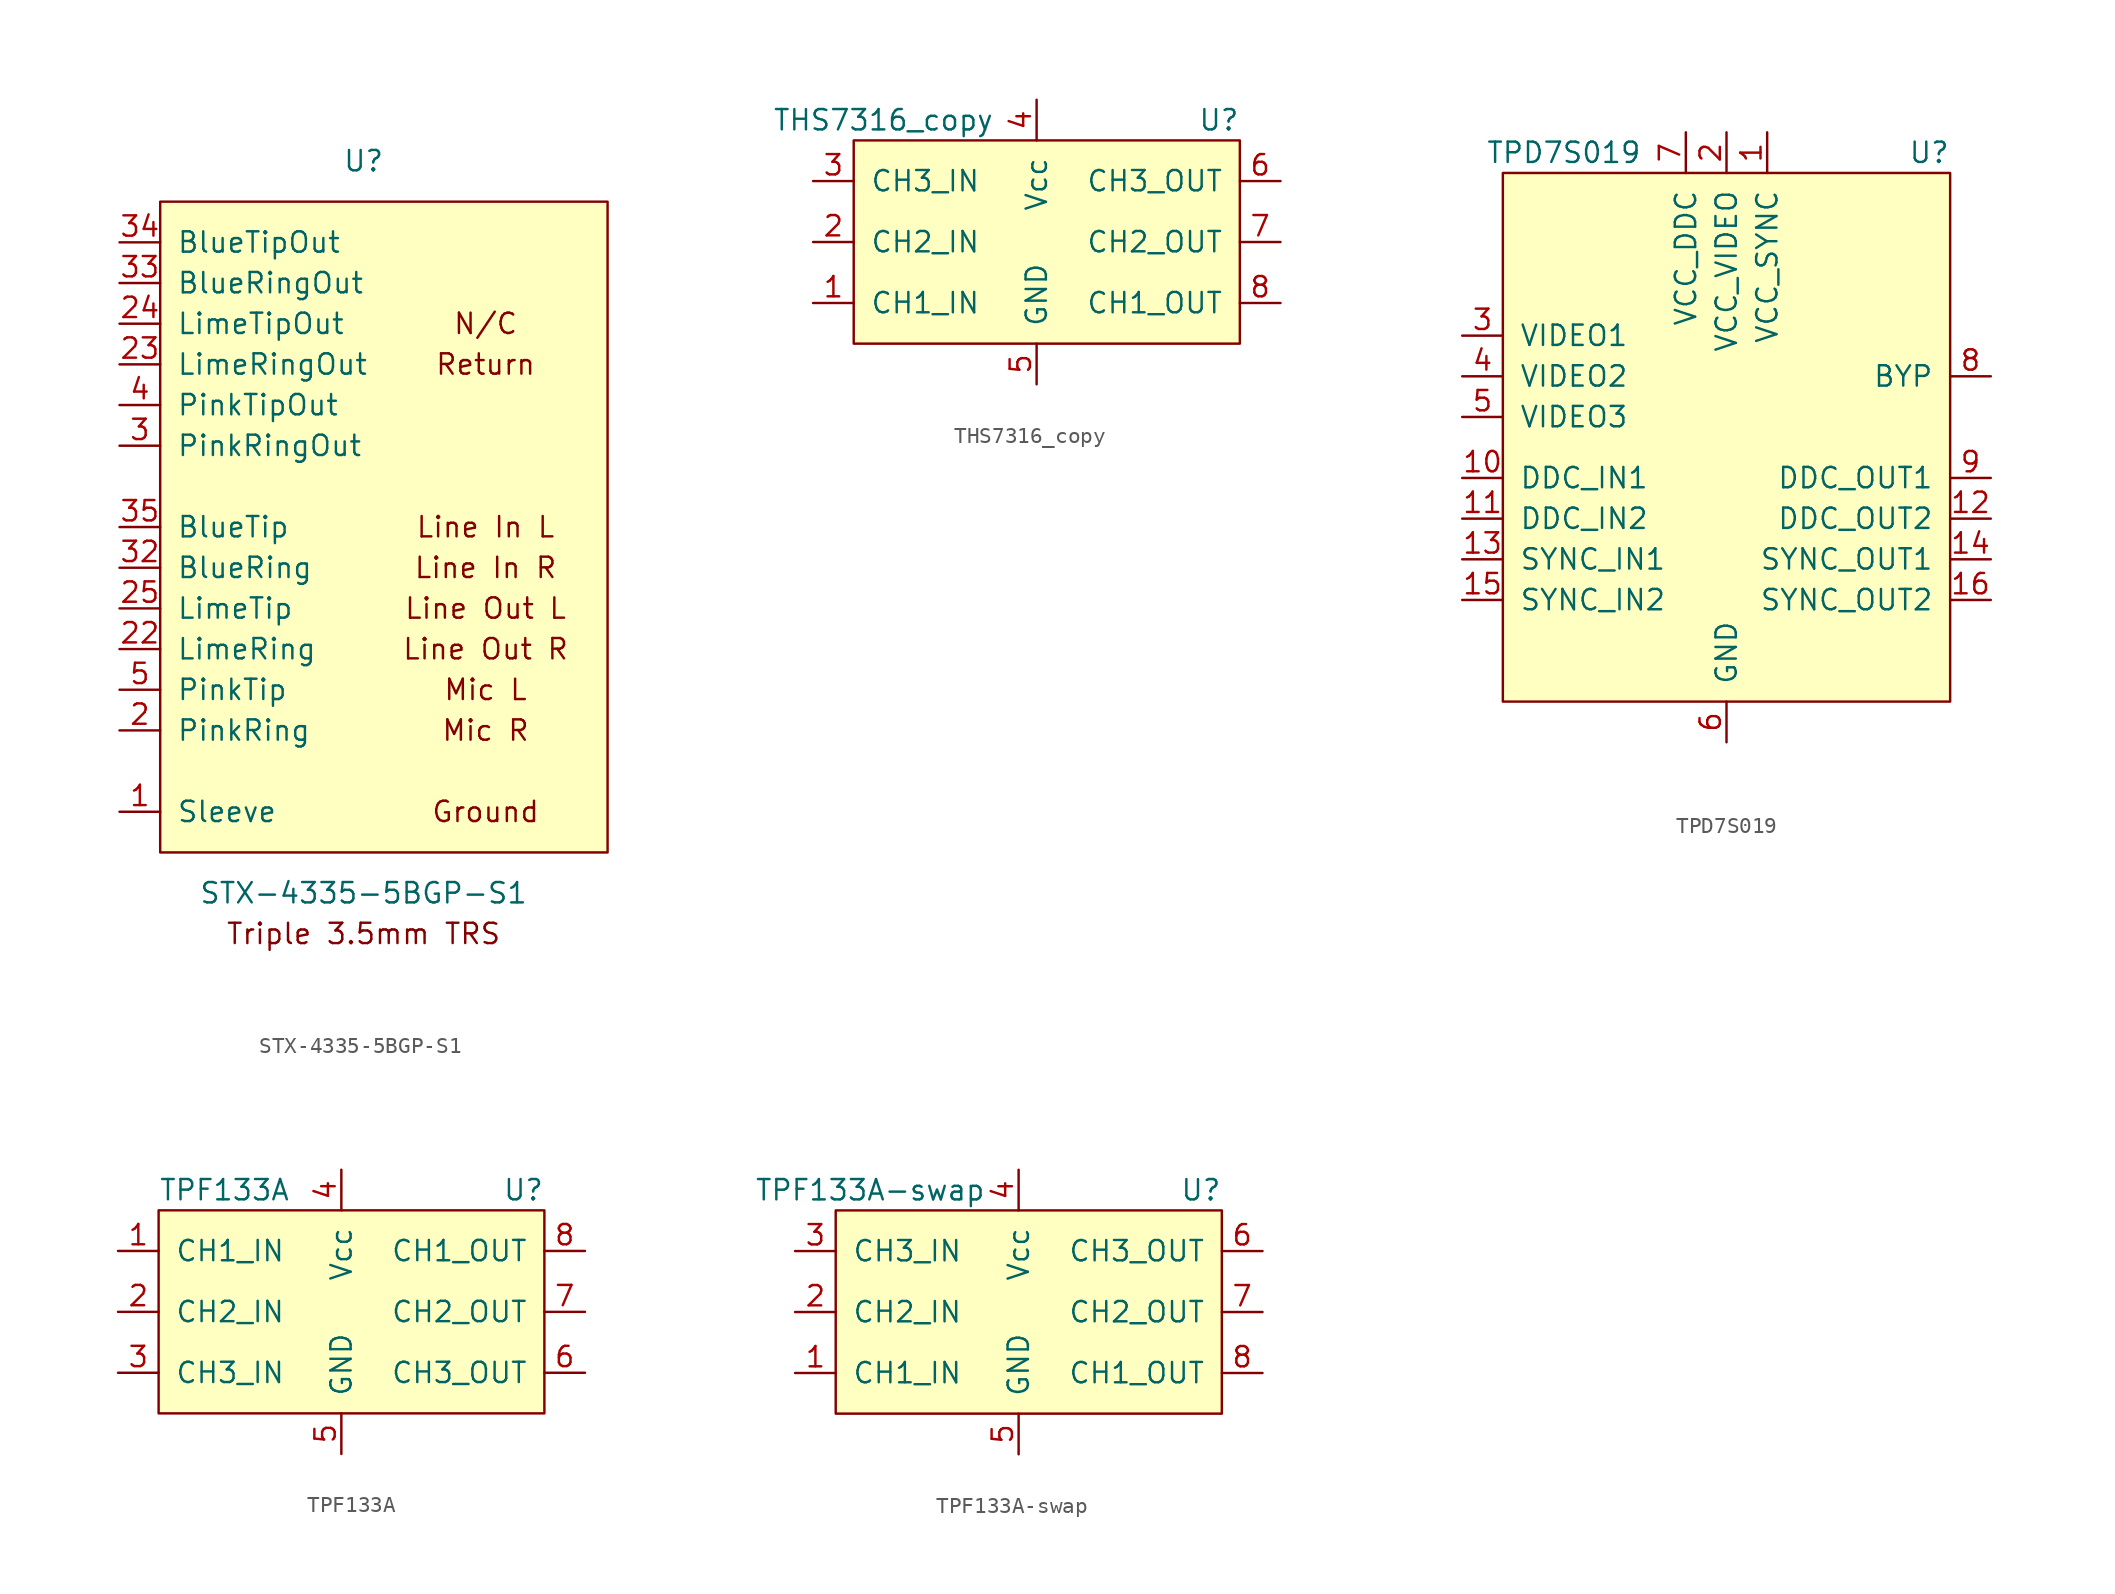
<source format=kicad_sym>
(kicad_symbol_lib
  (version 20211014)
  (generator kicad_symbol_editor)
  (symbol "STX-4335-5BGP-S1"
    (pin_names
      (offset 1.016))
    (property "Reference" "U"
      (at 0 17.78 0)
      (effects (font (size 1.27 1.27))))
    (property "Value" "STX-4335-5BGP-S1"
      (at 0 -27.94 0)
      (effects (font (size 1.27 1.27))))
    (symbol "STX-4335-5BGP-S1_0_0"
      (text "Ground" (at 7.62 -22.86 0) (effects (font (size 1.27 1.27))))
      (text "Line In L" (at 7.62 -5.08 0) (effects (font (size 1.27 1.27))))
      (text "Line In R" (at 7.62 -7.62 0) (effects (font (size 1.27 1.27))))
      (text "Line Out L" (at 7.62 -10.16 0) (effects (font (size 1.27 1.27))))
      (text "Line Out R" (at 7.62 -12.7 0) (effects (font (size 1.27 1.27))))
      (text "Mic L" (at 7.62 -15.24 0) (effects (font (size 1.27 1.27))))
      (text "Mic R" (at 7.62 -17.78 0) (effects (font (size 1.27 1.27))))
      (text "N/C" (at 7.62 7.62 0) (effects (font (size 1.27 1.27))))
      (text "Return" (at 7.62 5.08 0) (effects (font (size 1.27 1.27))))
      (text "Triple 3.5mm TRS" (at 0 -30.48 0) (effects (font (size 1.27 1.27))))
      (pin input line (at -15.24 -22.86 0) (length 2.54) (name "Sleeve" (effects (font (size 1.27 1.27)))) (number "1" (effects (font (size 1.27 1.27)))))
      (pin input line (at -15.24 -17.78 0) (length 2.54) (name "PinkRing" (effects (font (size 1.27 1.27)))) (number "2" (effects (font (size 1.27 1.27)))))
      (pin input line (at -15.24 -12.7 0) (length 2.54) (name "LimeRing" (effects (font (size 1.27 1.27)))) (number "22" (effects (font (size 1.27 1.27)))))
      (pin output line (at -15.24 5.08 0) (length 2.54) (name "LimeRingOut" (effects (font (size 1.27 1.27)))) (number "23" (effects (font (size 1.27 1.27)))))
      (pin output line (at -15.24 7.62 0) (length 2.54) (name "LimeTipOut" (effects (font (size 1.27 1.27)))) (number "24" (effects (font (size 1.27 1.27)))))
      (pin input line (at -15.24 -10.16 0) (length 2.54) (name "LimeTip" (effects (font (size 1.27 1.27)))) (number "25" (effects (font (size 1.27 1.27)))))
      (pin output line (at -15.24 0 0) (length 2.54) (name "PinkRingOut" (effects (font (size 1.27 1.27)))) (number "3" (effects (font (size 1.27 1.27)))))
      (pin input line (at -15.24 -7.62 0) (length 2.54) (name "BlueRing" (effects (font (size 1.27 1.27)))) (number "32" (effects (font (size 1.27 1.27)))))
      (pin output line (at -15.24 10.16 0) (length 2.54) (name "BlueRingOut" (effects (font (size 1.27 1.27)))) (number "33" (effects (font (size 1.27 1.27)))))
      (pin output line (at -15.24 12.7 0) (length 2.54) (name "BlueTipOut" (effects (font (size 1.27 1.27)))) (number "34" (effects (font (size 1.27 1.27)))))
      (pin input line (at -15.24 -5.08 0) (length 2.54) (name "BlueTip" (effects (font (size 1.27 1.27)))) (number "35" (effects (font (size 1.27 1.27)))))
      (pin output line (at -15.24 2.54 0) (length 2.54) (name "PinkTipOut" (effects (font (size 1.27 1.27)))) (number "4" (effects (font (size 1.27 1.27)))))
      (pin input line (at -15.24 -15.24 0) (length 2.54) (name "PinkTip" (effects (font (size 1.27 1.27)))) (number "5" (effects (font (size 1.27 1.27))))))
    (symbol "STX-4335-5BGP-S1_0_1"
      (rectangle (start -12.7 15.24) (end 15.24 -25.4) (stroke (width 0) (type default) (color 0 0 0 0)) (fill (type background)))))
  (symbol "THS7316_copy"
    (pin_names
      (offset 1.016))
    (property "Reference" "U"
      (at 8.89 7.62 0)
      (effects (font (size 1.27 1.27)) (justify right)))
    (property "Value" "THS7316_copy"
      (at -20.32 7.62 0)
      (effects (font (size 1.27 1.27)) (justify left)))
    (symbol "THS7316_copy_0_0"
      (pin input line (at -17.78 -3.81 0) (length 2.54) (name "CH1_IN" (effects (font (size 1.27 1.27)))) (number "1" (effects (font (size 1.27 1.27)))))
      (pin input line (at -17.78 0 0) (length 2.54) (name "CH2_IN" (effects (font (size 1.27 1.27)))) (number "2" (effects (font (size 1.27 1.27)))))
      (pin input line (at -17.78 3.81 0) (length 2.54) (name "CH3_IN" (effects (font (size 1.27 1.27)))) (number "3" (effects (font (size 1.27 1.27)))))
      (pin power_in line (at -3.81 8.89 270) (length 2.54) (name "Vcc" (effects (font (size 1.27 1.27)))) (number "4" (effects (font (size 1.27 1.27)))))
      (pin power_in line (at -3.81 -8.89 90) (length 2.54) (name "GND" (effects (font (size 1.27 1.27)))) (number "5" (effects (font (size 1.27 1.27)))))
      (pin output line (at 11.43 3.81 180) (length 2.54) (name "CH3_OUT" (effects (font (size 1.27 1.27)))) (number "6" (effects (font (size 1.27 1.27)))))
      (pin output line (at 11.43 0 180) (length 2.54) (name "CH2_OUT" (effects (font (size 1.27 1.27)))) (number "7" (effects (font (size 1.27 1.27)))))
      (pin output line (at 11.43 -3.81 180) (length 2.54) (name "CH1_OUT" (effects (font (size 1.27 1.27)))) (number "8" (effects (font (size 1.27 1.27))))))
    (symbol "THS7316_copy_0_1"
      (rectangle (start 8.89 -6.35) (end -15.24 6.35) (stroke (width 0) (type default) (color 0 0 0 0)) (fill (type background)))))
  (symbol "TPD7S019"
    (pin_names
      (offset 1.016))
    (property "Reference" "U"
      (at 13.97 16.51 0)
      (effects (font (size 1.27 1.27)) (justify right)))
    (property "Value" "TPD7S019"
      (at -10.16 16.51 0)
      (effects (font (size 1.27 1.27))))
    (symbol "TPD7S019_0_0"
      (pin power_in line (at 2.54 17.78 270) (length 2.54) (name "VCC_SYNC" (effects (font (size 1.27 1.27)))) (number "1" (effects (font (size 1.27 1.27)))))
      (pin bidirectional line (at -16.51 -3.81 0) (length 2.54) (name "DDC_IN1" (effects (font (size 1.27 1.27)))) (number "10" (effects (font (size 1.27 1.27)))))
      (pin bidirectional line (at -16.51 -6.35 0) (length 2.54) (name "DDC_IN2" (effects (font (size 1.27 1.27)))) (number "11" (effects (font (size 1.27 1.27)))))
      (pin bidirectional line (at 16.51 -6.35 180) (length 2.54) (name "DDC_OUT2" (effects (font (size 1.27 1.27)))) (number "12" (effects (font (size 1.27 1.27)))))
      (pin input line (at -16.51 -8.89 0) (length 2.54) (name "SYNC_IN1" (effects (font (size 1.27 1.27)))) (number "13" (effects (font (size 1.27 1.27)))))
      (pin output line (at 16.51 -8.89 180) (length 2.54) (name "SYNC_OUT1" (effects (font (size 1.27 1.27)))) (number "14" (effects (font (size 1.27 1.27)))))
      (pin input line (at -16.51 -11.43 0) (length 2.54) (name "SYNC_IN2" (effects (font (size 1.27 1.27)))) (number "15" (effects (font (size 1.27 1.27)))))
      (pin output line (at 16.51 -11.43 180) (length 2.54) (name "SYNC_OUT2" (effects (font (size 1.27 1.27)))) (number "16" (effects (font (size 1.27 1.27)))))
      (pin power_in line (at 0 17.78 270) (length 2.54) (name "VCC_VIDEO" (effects (font (size 1.27 1.27)))) (number "2" (effects (font (size 1.27 1.27)))))
      (pin input line (at -16.51 5.08 0) (length 2.54) (name "VIDEO1" (effects (font (size 1.27 1.27)))) (number "3" (effects (font (size 1.27 1.27)))))
      (pin input line (at -16.51 2.54 0) (length 2.54) (name "VIDEO2" (effects (font (size 1.27 1.27)))) (number "4" (effects (font (size 1.27 1.27)))))
      (pin input line (at -16.51 0 0) (length 2.54) (name "VIDEO3" (effects (font (size 1.27 1.27)))) (number "5" (effects (font (size 1.27 1.27)))))
      (pin power_in line (at 0 -20.32 90) (length 2.54) (name "GND" (effects (font (size 1.27 1.27)))) (number "6" (effects (font (size 1.27 1.27)))))
      (pin power_in line (at -2.54 17.78 270) (length 2.54) (name "VCC_DDC" (effects (font (size 1.27 1.27)))) (number "7" (effects (font (size 1.27 1.27)))))
      (pin power_out line (at 16.51 2.54 180) (length 2.54) (name "BYP" (effects (font (size 1.27 1.27)))) (number "8" (effects (font (size 1.27 1.27)))))
      (pin bidirectional line (at 16.51 -3.81 180) (length 2.54) (name "DDC_OUT1" (effects (font (size 1.27 1.27)))) (number "9" (effects (font (size 1.27 1.27))))))
    (symbol "TPD7S019_0_1"
      (rectangle (start -13.97 15.24) (end 13.97 -17.78) (stroke (width 0) (type default) (color 0 0 0 0)) (fill (type background)))))
  (symbol "TPF133A"
    (pin_names
      (offset 1.016))
    (property "Reference" "U"
      (at 8.89 7.62 0)
      (effects (font (size 1.27 1.27)) (justify right)))
    (property "Value" "TPF133A"
      (at -15.24 7.62 0)
      (effects (font (size 1.27 1.27)) (justify left)))
    (symbol "TPF133A_0_0"
      (pin input line (at -17.78 3.81 0) (length 2.54) (name "CH1_IN" (effects (font (size 1.27 1.27)))) (number "1" (effects (font (size 1.27 1.27)))))
      (pin input line (at -17.78 0 0) (length 2.54) (name "CH2_IN" (effects (font (size 1.27 1.27)))) (number "2" (effects (font (size 1.27 1.27)))))
      (pin input line (at -17.78 -3.81 0) (length 2.54) (name "CH3_IN" (effects (font (size 1.27 1.27)))) (number "3" (effects (font (size 1.27 1.27)))))
      (pin power_in line (at -3.81 8.89 270) (length 2.54) (name "Vcc" (effects (font (size 1.27 1.27)))) (number "4" (effects (font (size 1.27 1.27)))))
      (pin power_in line (at -3.81 -8.89 90) (length 2.54) (name "GND" (effects (font (size 1.27 1.27)))) (number "5" (effects (font (size 1.27 1.27)))))
      (pin output line (at 11.43 -3.81 180) (length 2.54) (name "CH3_OUT" (effects (font (size 1.27 1.27)))) (number "6" (effects (font (size 1.27 1.27)))))
      (pin output line (at 11.43 0 180) (length 2.54) (name "CH2_OUT" (effects (font (size 1.27 1.27)))) (number "7" (effects (font (size 1.27 1.27)))))
      (pin output line (at 11.43 3.81 180) (length 2.54) (name "CH1_OUT" (effects (font (size 1.27 1.27)))) (number "8" (effects (font (size 1.27 1.27))))))
    (symbol "TPF133A_0_1"
      (rectangle (start 8.89 -6.35) (end -15.24 6.35) (stroke (width 0) (type default) (color 0 0 0 0)) (fill (type background)))))
  (symbol "TPF133A-swap"
    (pin_names
      (offset 1.016))
    (property "Reference" "U"
      (at 8.89 7.62 0)
      (effects (font (size 1.27 1.27)) (justify right)))
    (property "Value" "TPF133A-swap"
      (at -20.32 7.62 0)
      (effects (font (size 1.27 1.27)) (justify left)))
    (symbol "TPF133A-swap_0_0"
      (pin input line (at -17.78 -3.81 0) (length 2.54) (name "CH1_IN" (effects (font (size 1.27 1.27)))) (number "1" (effects (font (size 1.27 1.27)))))
      (pin input line (at -17.78 0 0) (length 2.54) (name "CH2_IN" (effects (font (size 1.27 1.27)))) (number "2" (effects (font (size 1.27 1.27)))))
      (pin input line (at -17.78 3.81 0) (length 2.54) (name "CH3_IN" (effects (font (size 1.27 1.27)))) (number "3" (effects (font (size 1.27 1.27)))))
      (pin power_in line (at -3.81 8.89 270) (length 2.54) (name "Vcc" (effects (font (size 1.27 1.27)))) (number "4" (effects (font (size 1.27 1.27)))))
      (pin power_in line (at -3.81 -8.89 90) (length 2.54) (name "GND" (effects (font (size 1.27 1.27)))) (number "5" (effects (font (size 1.27 1.27)))))
      (pin output line (at 11.43 3.81 180) (length 2.54) (name "CH3_OUT" (effects (font (size 1.27 1.27)))) (number "6" (effects (font (size 1.27 1.27)))))
      (pin output line (at 11.43 0 180) (length 2.54) (name "CH2_OUT" (effects (font (size 1.27 1.27)))) (number "7" (effects (font (size 1.27 1.27)))))
      (pin output line (at 11.43 -3.81 180) (length 2.54) (name "CH1_OUT" (effects (font (size 1.27 1.27)))) (number "8" (effects (font (size 1.27 1.27))))))
    (symbol "TPF133A-swap_0_1"
      (rectangle (start 8.89 -6.35) (end -15.24 6.35) (stroke (width 0) (type default) (color 0 0 0 0)) (fill (type background))))))
</source>
